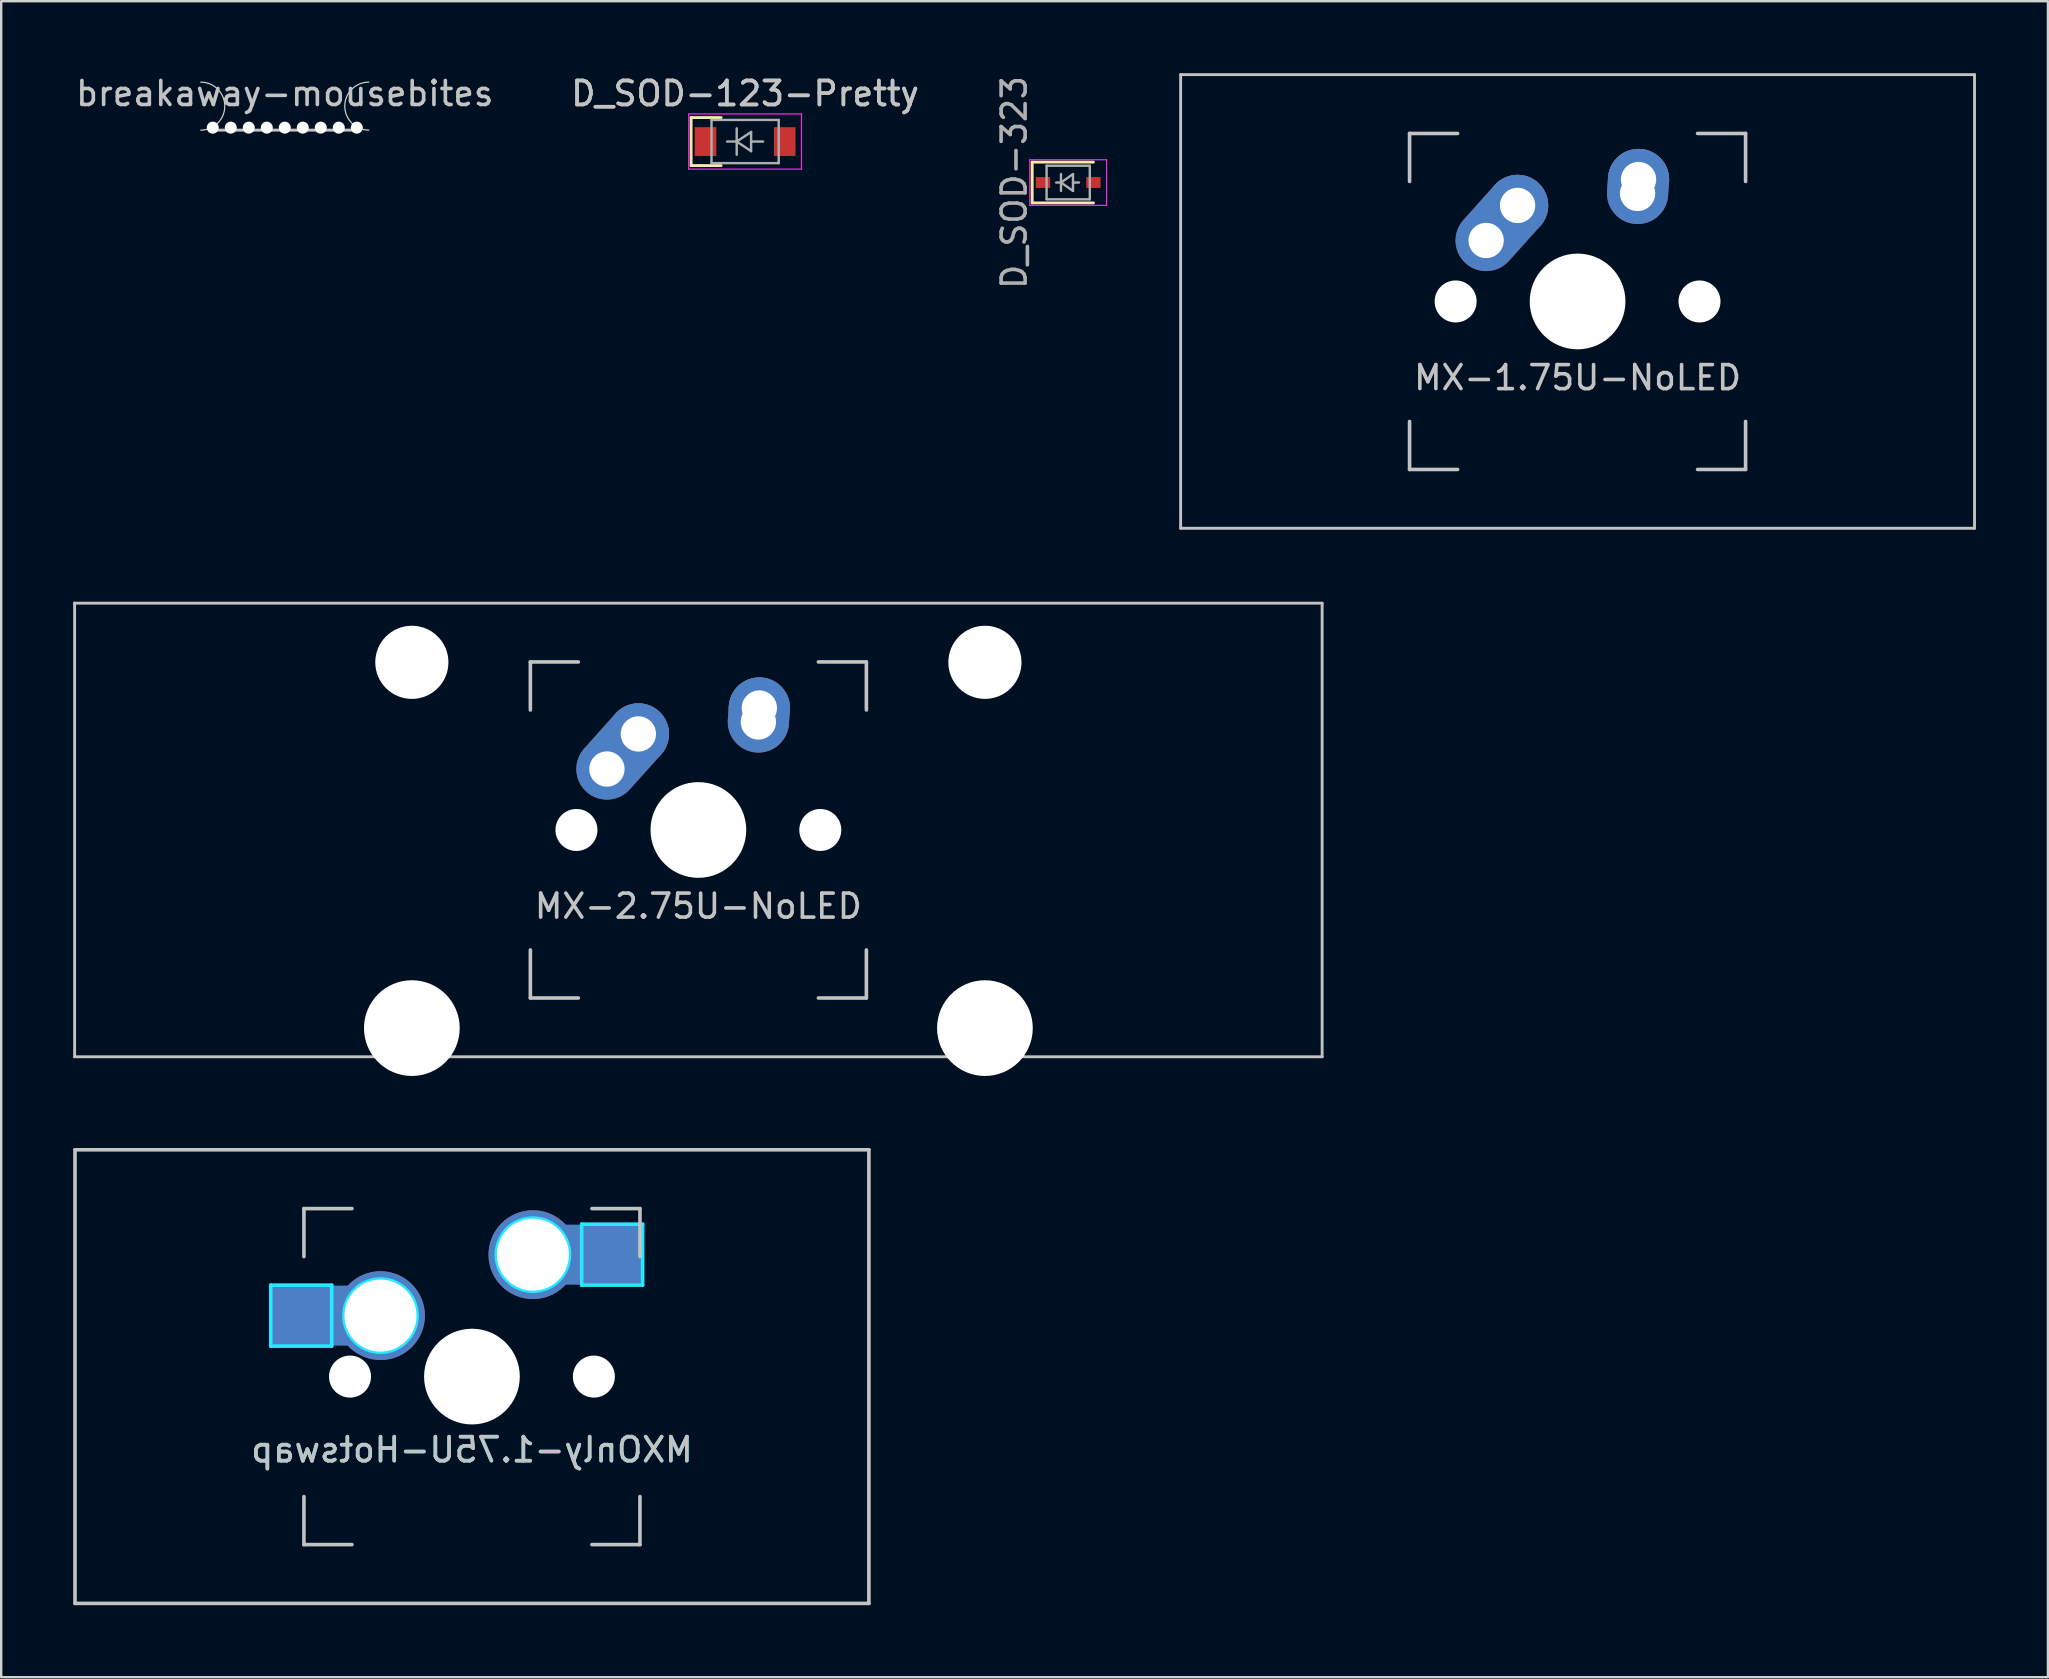
<source format=kicad_pcb>
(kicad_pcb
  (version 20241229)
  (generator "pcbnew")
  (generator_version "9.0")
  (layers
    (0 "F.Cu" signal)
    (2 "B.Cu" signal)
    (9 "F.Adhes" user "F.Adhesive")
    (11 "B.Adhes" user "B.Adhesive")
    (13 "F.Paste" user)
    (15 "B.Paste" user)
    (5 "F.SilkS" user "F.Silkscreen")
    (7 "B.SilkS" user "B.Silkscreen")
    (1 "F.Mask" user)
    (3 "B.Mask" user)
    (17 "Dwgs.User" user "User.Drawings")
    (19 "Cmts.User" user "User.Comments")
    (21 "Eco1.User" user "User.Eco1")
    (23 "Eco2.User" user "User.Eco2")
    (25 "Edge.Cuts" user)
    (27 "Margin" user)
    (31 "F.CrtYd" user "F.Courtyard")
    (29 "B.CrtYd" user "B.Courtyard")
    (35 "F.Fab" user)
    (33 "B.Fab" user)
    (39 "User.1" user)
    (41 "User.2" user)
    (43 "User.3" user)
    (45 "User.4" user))
  (footprint "MX-1.75U-NoLED"
    (layer "F.Cu")
    (at 62.678 9.51)
    (property "Reference" "MX-1.75U-NoLED" (at 0 3.175 0) (layer "Dwgs.User") (effects (font (size 1 1) (thickness 0.15))))
    (attr through_hole)
    (fp_line (start -16.538 -9.45) (end -16.538 9.45) (stroke (width 0.12) (type solid)) (layer "Dwgs.User"))
    (fp_line (start -16.538 9.45) (end 16.538 9.45) (stroke (width 0.12) (type solid)) (layer "Dwgs.User"))
    (fp_line (start -7 -7) (end -7 -5) (stroke (width 0.15) (type solid)) (layer "Dwgs.User"))
    (fp_line (start -7 5) (end -7 7) (stroke (width 0.15) (type solid)) (layer "Dwgs.User"))
    (fp_line (start -7 7) (end -5 7) (stroke (width 0.15) (type solid)) (layer "Dwgs.User"))
    (fp_line (start -5 -7) (end -7 -7) (stroke (width 0.15) (type solid)) (layer "Dwgs.User"))
    (fp_line (start 5 -7) (end 7 -7) (stroke (width 0.15) (type solid)) (layer "Dwgs.User"))
    (fp_line (start 5 7) (end 7 7) (stroke (width 0.15) (type solid)) (layer "Dwgs.User"))
    (fp_line (start 7 -7) (end 7 -5) (stroke (width 0.15) (type solid)) (layer "Dwgs.User"))
    (fp_line (start 7 7) (end 7 5) (stroke (width 0.15) (type solid)) (layer "Dwgs.User"))
    (fp_line (start 16.538 -9.45) (end -16.538 -9.45) (stroke (width 0.12) (type solid)) (layer "Dwgs.User"))
    (fp_line (start 16.538 9.45) (end 16.538 -9.45) (stroke (width 0.12) (type solid)) (layer "Dwgs.User"))
    (pad "" np_thru_hole circle (at -5.08 0 48.1) (size 1.75 1.75) (drill 1.75) (layers "*.Cu" "*.Mask"))
    (pad "" np_thru_hole circle (at 0 0) (size 3.988 3.988) (drill 3.988) (layers "*.Cu" "*.Mask"))
    (pad "" np_thru_hole circle (at 5.08 0 48.1) (size 1.75 1.75) (drill 1.75) (layers "*.Cu" "*.Mask"))
    (pad "1" thru_hole oval (at -3.81 -2.54 48.099) (size 4.512 2.55) (drill 1.47 (offset 0.981 0)) (layers "*.Cu" "B.Mask"))
    (pad "1" thru_hole circle (at -2.5 -4) (size 2.55 2.55) (drill 1.47) (layers "*.Cu" "B.Mask"))
    (pad "2" thru_hole oval (at 2.5 -4.5 86.054) (size 3.131 2.55) (drill 1.47 (offset 0.291 0)) (layers "*.Cu" "B.Mask"))
    (pad "2" thru_hole circle (at 2.54 -5.08) (size 2.55 2.55) (drill 1.47) (layers "*.Cu" "B.Mask")))
  (footprint "MXOnly-1.75U-Hotswap"
    (layer "F.Cu")
    (at 16.613 54.304)
    (property "Reference" "MXOnly-1.75U-Hotswap" (at 0 3.048 0) (layer "B.CrtYd") (effects (font (size 1 1) (thickness 0.15)) (justify mirror)))
    (attr smd)
    (fp_line (start -16.538 -9.45) (end 16.538 -9.45) (stroke (width 0.15) (type solid)) (layer "Dwgs.User"))
    (fp_line (start -16.538 9.45) (end -16.538 -9.45) (stroke (width 0.15) (type solid)) (layer "Dwgs.User"))
    (fp_line (start -7 -7) (end -7 -5) (stroke (width 0.15) (type solid)) (layer "Dwgs.User"))
    (fp_line (start -7 5) (end -7 7) (stroke (width 0.15) (type solid)) (layer "Dwgs.User"))
    (fp_line (start -7 7) (end -5 7) (stroke (width 0.15) (type solid)) (layer "Dwgs.User"))
    (fp_line (start -5 -7) (end -7 -7) (stroke (width 0.15) (type solid)) (layer "Dwgs.User"))
    (fp_line (start 5 -7) (end 7 -7) (stroke (width 0.15) (type solid)) (layer "Dwgs.User"))
    (fp_line (start 5 7) (end 7 7) (stroke (width 0.15) (type solid)) (layer "Dwgs.User"))
    (fp_line (start 7 -7) (end 7 -5) (stroke (width 0.15) (type solid)) (layer "Dwgs.User"))
    (fp_line (start 7 7) (end 7 5) (stroke (width 0.15) (type solid)) (layer "Dwgs.User"))
    (fp_line (start 16.538 -9.45) (end 16.538 9.45) (stroke (width 0.15) (type solid)) (layer "Dwgs.User"))
    (fp_line (start 16.538 9.45) (end -16.538 9.45) (stroke (width 0.15) (type solid)) (layer "Dwgs.User"))
    (fp_line (start -8.382 -3.81) (end -5.842 -3.81) (stroke (width 0.15) (type solid)) (layer "B.CrtYd"))
    (fp_line (start -8.382 -1.27) (end -8.382 -3.81) (stroke (width 0.15) (type solid)) (layer "B.CrtYd"))
    (fp_line (start -5.842 -3.81) (end -5.842 -1.27) (stroke (width 0.15) (type solid)) (layer "B.CrtYd"))
    (fp_line (start -5.842 -1.27) (end -8.382 -1.27) (stroke (width 0.15) (type solid)) (layer "B.CrtYd"))
    (fp_line (start 4.572 -6.35) (end 7.112 -6.35) (stroke (width 0.15) (type solid)) (layer "B.CrtYd"))
    (fp_line (start 4.572 -3.81) (end 4.572 -6.35) (stroke (width 0.15) (type solid)) (layer "B.CrtYd"))
    (fp_line (start 7.112 -6.35) (end 7.112 -3.81) (stroke (width 0.15) (type solid)) (layer "B.CrtYd"))
    (fp_line (start 7.112 -3.81) (end 4.572 -3.81) (stroke (width 0.15) (type solid)) (layer "B.CrtYd"))
    (fp_circle (center -3.81 -2.54) (end -3.81 -4.064) (stroke (width 0.15) (type solid)) (fill no) (layer "B.CrtYd"))
    (fp_circle (center 2.54 -5.08) (end 2.54 -6.604) (stroke (width 0.15) (type solid)) (fill no) (layer "B.CrtYd"))
    (fp_text user "${REFERENCE}" (at 0 3.048 0) (layer "Dwgs.User") (effects (font (size 1 1) (thickness 0.15)) (justify mirror)))
    (pad "" np_thru_hole circle (at -5.08 0 48.1) (size 1.75 1.75) (drill 1.75) (layers "*.Cu" "*.Mask"))
    (pad "" np_thru_hole circle (at 0 0) (size 3.988 3.988) (drill 3.988) (layers "*.Cu" "*.Mask"))
    (pad "" np_thru_hole circle (at 5.08 0 48.1) (size 1.75 1.75) (drill 1.75) (layers "*.Cu" "*.Mask"))
    (pad "1" smd rect (at -6.085 -2.54) (size 4.55 2.5) (layers "B.Cu" "B.Mask" "B.Paste"))
    (pad "1" thru_hole circle (at -3.81 -2.54) (size 3.7 3.7) (drill 3) (layers "*.Cu" "*.Mask"))
    (pad "2" thru_hole circle (at 2.54 -5.08) (size 3.7 3.7) (drill 3) (layers "*.Cu" "*.Mask"))
    (pad "2" smd rect (at 4.342 -5.08) (size 5.55 2.5) (layers "B.Cu" "B.Mask" "B.Paste")))
  (footprint "MX-2.75U-NoLED"
    (layer "F.Cu")
    (at 26.047 31.53)
    (property "Reference" "MX-2.75U-NoLED" (at 0 3.175 0) (layer "Dwgs.User") (effects (font (size 1 1) (thickness 0.15))))
    (attr through_hole)
    (fp_line (start -25.988 -9.45) (end -25.988 9.45) (stroke (width 0.12) (type solid)) (layer "Dwgs.User"))
    (fp_line (start -25.988 9.45) (end 25.988 9.45) (stroke (width 0.12) (type solid)) (layer "Dwgs.User"))
    (fp_line (start -7 -7) (end -7 -5) (stroke (width 0.15) (type solid)) (layer "Dwgs.User"))
    (fp_line (start -7 5) (end -7 7) (stroke (width 0.15) (type solid)) (layer "Dwgs.User"))
    (fp_line (start -7 7) (end -5 7) (stroke (width 0.15) (type solid)) (layer "Dwgs.User"))
    (fp_line (start -5 -7) (end -7 -7) (stroke (width 0.15) (type solid)) (layer "Dwgs.User"))
    (fp_line (start 5 -7) (end 7 -7) (stroke (width 0.15) (type solid)) (layer "Dwgs.User"))
    (fp_line (start 5 7) (end 7 7) (stroke (width 0.15) (type solid)) (layer "Dwgs.User"))
    (fp_line (start 7 -7) (end 7 -5) (stroke (width 0.15) (type solid)) (layer "Dwgs.User"))
    (fp_line (start 7 7) (end 7 5) (stroke (width 0.15) (type solid)) (layer "Dwgs.User"))
    (fp_line (start 25.988 -9.45) (end -25.988 -9.45) (stroke (width 0.12) (type solid)) (layer "Dwgs.User"))
    (fp_line (start 25.988 9.45) (end 25.988 -9.45) (stroke (width 0.12) (type solid)) (layer "Dwgs.User"))
    (pad "" np_thru_hole circle (at -11.938 -6.985) (size 3.048 3.048) (drill 3.048) (layers "*.Cu" "*.Mask"))
    (pad "" np_thru_hole circle (at -11.938 8.255) (size 3.988 3.988) (drill 3.988) (layers "*.Cu" "*.Mask"))
    (pad "" np_thru_hole circle (at -5.08 0 48.1) (size 1.75 1.75) (drill 1.75) (layers "*.Cu" "*.Mask"))
    (pad "" np_thru_hole circle (at 0 0) (size 3.988 3.988) (drill 3.988) (layers "*.Cu" "*.Mask"))
    (pad "" np_thru_hole circle (at 5.08 0 48.1) (size 1.75 1.75) (drill 1.75) (layers "*.Cu" "*.Mask"))
    (pad "" np_thru_hole circle (at 11.938 -6.985) (size 3.048 3.048) (drill 3.048) (layers "*.Cu" "*.Mask"))
    (pad "" np_thru_hole circle (at 11.938 8.255) (size 3.988 3.988) (drill 3.988) (layers "*.Cu" "*.Mask"))
    (pad "1" thru_hole oval (at -3.81 -2.54 48.099) (size 4.512 2.55) (drill 1.47 (offset 0.981 0)) (layers "*.Cu" "B.Mask"))
    (pad "1" thru_hole circle (at -2.5 -4) (size 2.55 2.55) (drill 1.47) (layers "*.Cu" "B.Mask"))
    (pad "2" thru_hole oval (at 2.5 -4.5 86.054) (size 3.131 2.55) (drill 1.47 (offset 0.291 0)) (layers "*.Cu" "B.Mask"))
    (pad "2" thru_hole circle (at 2.54 -5.08) (size 2.55 2.55) (drill 1.47) (layers "*.Cu" "B.Mask")))
  (footprint "breakaway-mousebites"
    (layer "F.Cu")
    (at 8.815 2.372)
    (property "Reference" "breakaway-mousebites" (at 0 -1.524 0) (layer "Dwgs.User") (effects (font (size 1 1) (thickness 0.15))))
    (attr exclude_from_pos_files exclude_from_bom)
    (fp_line (start 3 0) (end -3 0) (stroke (width 0.12) (type solid)) (layer "Dwgs.User"))
    (fp_arc (start -3.5 -2) (mid -2.5 -1) (end -3.5 0) (stroke (width 0.05) (type solid)) (layer "Edge.Cuts"))
    (fp_arc (start 3.5 0) (mid 2.5 -1) (end 3.5 -2) (stroke (width 0.05) (type solid)) (layer "Edge.Cuts"))
    (pad "" np_thru_hole circle (at -3 -0.104) (size 0.5 0.5) (drill 0.5) (layers "*.Cu" "*.Mask"))
    (pad "" np_thru_hole circle (at -2.25 -0.104) (size 0.5 0.5) (drill 0.5) (layers "*.Cu" "*.Mask"))
    (pad "" np_thru_hole circle (at -1.5 -0.104) (size 0.5 0.5) (drill 0.5) (layers "*.Cu" "*.Mask"))
    (pad "" np_thru_hole circle (at -0.75 -0.104) (size 0.5 0.5) (drill 0.5) (layers "*.Cu" "*.Mask"))
    (pad "" np_thru_hole circle (at 0 -0.104) (size 0.5 0.5) (drill 0.5) (layers "*.Cu" "*.Mask"))
    (pad "" np_thru_hole circle (at 0.75 -0.104) (size 0.5 0.5) (drill 0.5) (layers "*.Cu" "*.Mask"))
    (pad "" np_thru_hole circle (at 1.5 -0.104) (size 0.5 0.5) (drill 0.5) (layers "*.Cu" "*.Mask"))
    (pad "" np_thru_hole circle (at 2.25 -0.104) (size 0.5 0.5) (drill 0.5) (layers "*.Cu" "*.Mask"))
    (pad "" np_thru_hole circle (at 3 -0.104) (size 0.5 0.5) (drill 0.5) (layers "*.Cu" "*.Mask")))
  (footprint "D_SOD-323"
    (layer "F.Cu")
    (at 41.455 4.554)
    (property "Reference" "D_SOD-323" (at -2.25 0 270) (layer "User.1") (effects (font (size 1 1) (thickness 0.15))))
    (attr smd)
    (fp_line (start -1.5 -0.85) (end -1.5 0.85) (stroke (width 0.12) (type solid)) (layer "F.SilkS"))
    (fp_line (start -1.5 -0.85) (end 1.05 -0.85) (stroke (width 0.12) (type solid)) (layer "F.SilkS"))
    (fp_line (start -1.5 0.85) (end 1.05 0.85) (stroke (width 0.12) (type solid)) (layer "F.SilkS"))
    (fp_line (start -1.6 -0.95) (end -1.6 0.95) (stroke (width 0.05) (type solid)) (layer "F.CrtYd"))
    (fp_line (start -1.6 -0.95) (end 1.6 -0.95) (stroke (width 0.05) (type solid)) (layer "F.CrtYd"))
    (fp_line (start -1.6 0.95) (end 1.6 0.95) (stroke (width 0.05) (type solid)) (layer "F.CrtYd"))
    (fp_line (start 1.6 -0.95) (end 1.6 0.95) (stroke (width 0.05) (type solid)) (layer "F.CrtYd"))
    (fp_line (start -0.9 -0.7) (end 0.9 -0.7) (stroke (width 0.1) (type solid)) (layer "F.Fab"))
    (fp_line (start -0.9 0.7) (end -0.9 -0.7) (stroke (width 0.1) (type solid)) (layer "F.Fab"))
    (fp_line (start -0.3 -0.35) (end -0.3 0.35) (stroke (width 0.1) (type solid)) (layer "F.Fab"))
    (fp_line (start -0.3 0) (end -0.5 0) (stroke (width 0.1) (type solid)) (layer "F.Fab"))
    (fp_line (start -0.3 0) (end 0.2 -0.35) (stroke (width 0.1) (type solid)) (layer "F.Fab"))
    (fp_line (start 0.2 -0.35) (end 0.2 0.35) (stroke (width 0.1) (type solid)) (layer "F.Fab"))
    (fp_line (start 0.2 0) (end 0.45 0) (stroke (width 0.1) (type solid)) (layer "F.Fab"))
    (fp_line (start 0.2 0.35) (end -0.3 0) (stroke (width 0.1) (type solid)) (layer "F.Fab"))
    (fp_line (start 0.9 -0.7) (end 0.9 0.7) (stroke (width 0.1) (type solid)) (layer "F.Fab"))
    (fp_line (start 0.9 0.7) (end -0.9 0.7) (stroke (width 0.1) (type solid)) (layer "F.Fab"))
    (fp_text user "${REFERENCE}" (at -2.25 0 90) (layer "F.Fab") (effects (font (size 1 1) (thickness 0.15))))
    (pad "1" smd rect (at -1.05 0) (size 0.6 0.45) (layers "F.Cu" "F.Mask" "F.Paste"))
    (pad "2" smd rect (at 1.05 0) (size 0.6 0.45) (layers "F.Cu" "F.Mask" "F.Paste")))
  (footprint "D_SOD-123-Pretty"
    (layer "F.Cu")
    (at 27.994 2.848)
    (property "Reference" "D_SOD-123-Pretty" (at 0 -2 180) (layer "Dwgs.User") (effects (font (size 1 1) (thickness 0.15))))
    (attr smd)
    (fp_line (start -2.25 -1) (end -2.25 1) (stroke (width 0.12) (type solid)) (layer "F.SilkS"))
    (fp_line (start -2.25 -1) (end -1 -1) (stroke (width 0.12) (type solid)) (layer "F.SilkS"))
    (fp_line (start -2.25 1) (end -1 1) (stroke (width 0.12) (type solid)) (layer "F.SilkS"))
    (fp_line (start -2.35 -1.15) (end -2.35 1.15) (stroke (width 0.05) (type solid)) (layer "F.CrtYd"))
    (fp_line (start -2.35 -1.15) (end 2.35 -1.15) (stroke (width 0.05) (type solid)) (layer "F.CrtYd"))
    (fp_line (start 2.35 -1.15) (end 2.35 1.15) (stroke (width 0.05) (type solid)) (layer "F.CrtYd"))
    (fp_line (start 2.35 1.15) (end -2.35 1.15) (stroke (width 0.05) (type solid)) (layer "F.CrtYd"))
    (fp_line (start -1.4 -0.9) (end 1.4 -0.9) (stroke (width 0.1) (type solid)) (layer "F.Fab"))
    (fp_line (start -1.4 0.9) (end -1.4 -0.9) (stroke (width 0.1) (type solid)) (layer "F.Fab"))
    (fp_line (start -0.75 0) (end -0.35 0) (stroke (width 0.1) (type solid)) (layer "F.Fab"))
    (fp_line (start -0.35 0) (end -0.35 -0.55) (stroke (width 0.1) (type solid)) (layer "F.Fab"))
    (fp_line (start -0.35 0) (end -0.35 0.55) (stroke (width 0.1) (type solid)) (layer "F.Fab"))
    (fp_line (start -0.35 0) (end 0.25 -0.4) (stroke (width 0.1) (type solid)) (layer "F.Fab"))
    (fp_line (start 0.25 -0.4) (end 0.25 0.4) (stroke (width 0.1) (type solid)) (layer "F.Fab"))
    (fp_line (start 0.25 0) (end 0.75 0) (stroke (width 0.1) (type solid)) (layer "F.Fab"))
    (fp_line (start 0.25 0.4) (end -0.35 0) (stroke (width 0.1) (type solid)) (layer "F.Fab"))
    (fp_line (start 1.4 -0.9) (end 1.4 0.9) (stroke (width 0.1) (type solid)) (layer "F.Fab"))
    (fp_line (start 1.4 0.9) (end -1.4 0.9) (stroke (width 0.1) (type solid)) (layer "F.Fab"))
    (fp_text user "${REFERENCE}" (at 0 -2 180) (layer "F.Fab") (effects (font (size 1 1) (thickness 0.15))))
    (pad "1" smd rect (at -1.65 0) (size 0.9 1.2) (layers "F.Cu" "F.Mask" "F.Paste"))
    (pad "2" smd rect (at 1.65 0) (size 0.9 1.2) (layers "F.Cu" "F.Mask" "F.Paste")))
  (gr_rect
    (start -3 -3)
    (end 82.275 66.829)
    (stroke (width 0.1) (type default))
    (fill no)
    (layer "Edge.Cuts")))
</source>
